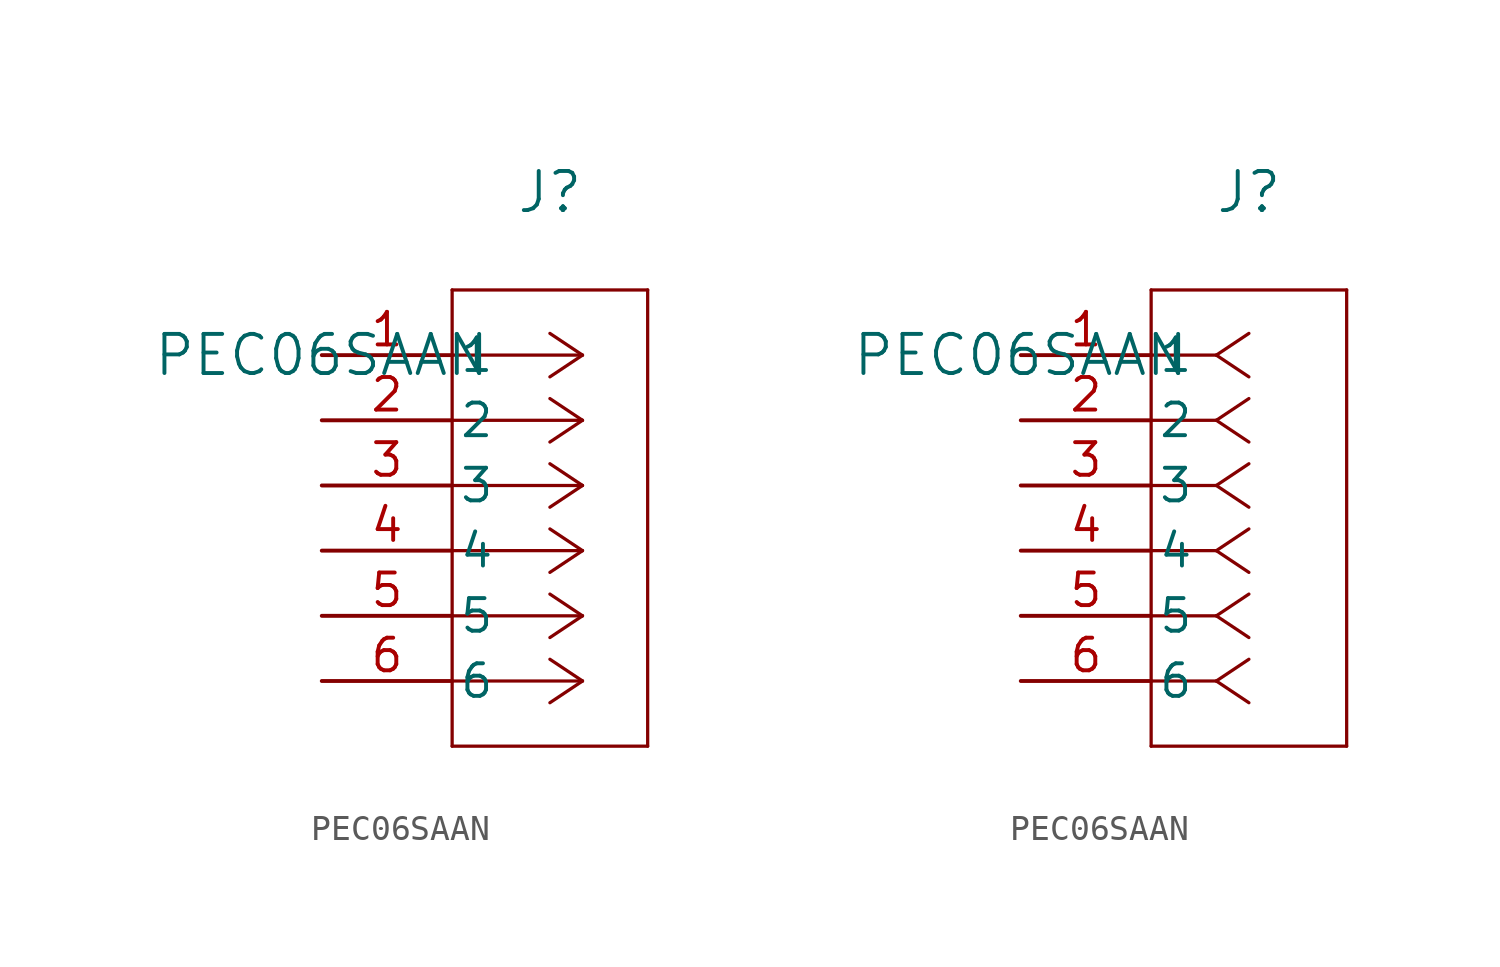
<source format=kicad_sym>
(kicad_symbol_lib
  (version 20211014)
  (generator kicad_symbol_editor)
  (symbol "PEC06SAAN"
    (pin_names
      (offset 0.254))
    (property "Reference" "J"
      (at 8.89 6.35 0)
      (effects (font (size 1.524 1.524))))
    (property "Value" "PEC06SAAN"
      (at 0 0 0)
      (effects (font (size 1.524 1.524))))
    (symbol "PEC06SAAN_1_1"
      (polyline (pts (xy 10.16 0) (xy 5.08 0)) (stroke (width 0.127) (type default) (color 0 0 0 0)) (fill (type none)))
      (polyline (pts (xy 10.16 -2.54) (xy 5.08 -2.54)) (stroke (width 0.127) (type default) (color 0 0 0 0)) (fill (type none)))
      (polyline (pts (xy 10.16 -5.08) (xy 5.08 -5.08)) (stroke (width 0.127) (type default) (color 0 0 0 0)) (fill (type none)))
      (polyline (pts (xy 10.16 -7.62) (xy 5.08 -7.62)) (stroke (width 0.127) (type default) (color 0 0 0 0)) (fill (type none)))
      (polyline (pts (xy 10.16 -10.16) (xy 5.08 -10.16)) (stroke (width 0.127) (type default) (color 0 0 0 0)) (fill (type none)))
      (polyline (pts (xy 10.16 -12.7) (xy 5.08 -12.7)) (stroke (width 0.127) (type default) (color 0 0 0 0)) (fill (type none)))
      (polyline (pts (xy 10.16 0) (xy 8.89 0.847)) (stroke (width 0.127) (type default) (color 0 0 0 0)) (fill (type none)))
      (polyline (pts (xy 10.16 -2.54) (xy 8.89 -1.693)) (stroke (width 0.127) (type default) (color 0 0 0 0)) (fill (type none)))
      (polyline (pts (xy 10.16 -5.08) (xy 8.89 -4.233)) (stroke (width 0.127) (type default) (color 0 0 0 0)) (fill (type none)))
      (polyline (pts (xy 10.16 -7.62) (xy 8.89 -6.773)) (stroke (width 0.127) (type default) (color 0 0 0 0)) (fill (type none)))
      (polyline (pts (xy 10.16 -10.16) (xy 8.89 -9.313)) (stroke (width 0.127) (type default) (color 0 0 0 0)) (fill (type none)))
      (polyline (pts (xy 10.16 -12.7) (xy 8.89 -11.853)) (stroke (width 0.127) (type default) (color 0 0 0 0)) (fill (type none)))
      (polyline (pts (xy 10.16 0) (xy 8.89 -0.847)) (stroke (width 0.127) (type default) (color 0 0 0 0)) (fill (type none)))
      (polyline (pts (xy 10.16 -2.54) (xy 8.89 -3.387)) (stroke (width 0.127) (type default) (color 0 0 0 0)) (fill (type none)))
      (polyline (pts (xy 10.16 -5.08) (xy 8.89 -5.927)) (stroke (width 0.127) (type default) (color 0 0 0 0)) (fill (type none)))
      (polyline (pts (xy 10.16 -7.62) (xy 8.89 -8.467)) (stroke (width 0.127) (type default) (color 0 0 0 0)) (fill (type none)))
      (polyline (pts (xy 10.16 -10.16) (xy 8.89 -11.007)) (stroke (width 0.127) (type default) (color 0 0 0 0)) (fill (type none)))
      (polyline (pts (xy 10.16 -12.7) (xy 8.89 -13.547)) (stroke (width 0.127) (type default) (color 0 0 0 0)) (fill (type none)))
      (polyline (pts (xy 5.08 2.54) (xy 5.08 -15.24)) (stroke (width 0.127) (type default) (color 0 0 0 0)) (fill (type none)))
      (polyline (pts (xy 5.08 -15.24) (xy 12.7 -15.24)) (stroke (width 0.127) (type default) (color 0 0 0 0)) (fill (type none)))
      (polyline (pts (xy 12.7 -15.24) (xy 12.7 2.54)) (stroke (width 0.127) (type default) (color 0 0 0 0)) (fill (type none)))
      (polyline (pts (xy 12.7 2.54) (xy 5.08 2.54)) (stroke (width 0.127) (type default) (color 0 0 0 0)) (fill (type none)))
      (pin unspecified line (at 0 0 0) (length 5.08) (name "1" (effects (font (size 1.27 1.27)))) (number "1" (effects (font (size 1.27 1.27)))))
      (pin unspecified line (at 0 -2.54 0) (length 5.08) (name "2" (effects (font (size 1.27 1.27)))) (number "2" (effects (font (size 1.27 1.27)))))
      (pin unspecified line (at 0 -5.08 0) (length 5.08) (name "3" (effects (font (size 1.27 1.27)))) (number "3" (effects (font (size 1.27 1.27)))))
      (pin unspecified line (at 0 -7.62 0) (length 5.08) (name "4" (effects (font (size 1.27 1.27)))) (number "4" (effects (font (size 1.27 1.27)))))
      (pin unspecified line (at 0 -10.16 0) (length 5.08) (name "5" (effects (font (size 1.27 1.27)))) (number "5" (effects (font (size 1.27 1.27)))))
      (pin unspecified line (at 0 -12.7 0) (length 5.08) (name "6" (effects (font (size 1.27 1.27)))) (number "6" (effects (font (size 1.27 1.27))))))
    (symbol "PEC06SAAN_1_2"
      (polyline (pts (xy 7.62 0) (xy 5.08 0)) (stroke (width 0.127) (type default) (color 0 0 0 0)) (fill (type none)))
      (polyline (pts (xy 7.62 -2.54) (xy 5.08 -2.54)) (stroke (width 0.127) (type default) (color 0 0 0 0)) (fill (type none)))
      (polyline (pts (xy 7.62 -5.08) (xy 5.08 -5.08)) (stroke (width 0.127) (type default) (color 0 0 0 0)) (fill (type none)))
      (polyline (pts (xy 7.62 -7.62) (xy 5.08 -7.62)) (stroke (width 0.127) (type default) (color 0 0 0 0)) (fill (type none)))
      (polyline (pts (xy 7.62 -10.16) (xy 5.08 -10.16)) (stroke (width 0.127) (type default) (color 0 0 0 0)) (fill (type none)))
      (polyline (pts (xy 7.62 -12.7) (xy 5.08 -12.7)) (stroke (width 0.127) (type default) (color 0 0 0 0)) (fill (type none)))
      (polyline (pts (xy 7.62 0) (xy 8.89 0.847)) (stroke (width 0.127) (type default) (color 0 0 0 0)) (fill (type none)))
      (polyline (pts (xy 7.62 -2.54) (xy 8.89 -1.693)) (stroke (width 0.127) (type default) (color 0 0 0 0)) (fill (type none)))
      (polyline (pts (xy 7.62 -5.08) (xy 8.89 -4.233)) (stroke (width 0.127) (type default) (color 0 0 0 0)) (fill (type none)))
      (polyline (pts (xy 7.62 -7.62) (xy 8.89 -6.773)) (stroke (width 0.127) (type default) (color 0 0 0 0)) (fill (type none)))
      (polyline (pts (xy 7.62 -10.16) (xy 8.89 -9.313)) (stroke (width 0.127) (type default) (color 0 0 0 0)) (fill (type none)))
      (polyline (pts (xy 7.62 -12.7) (xy 8.89 -11.853)) (stroke (width 0.127) (type default) (color 0 0 0 0)) (fill (type none)))
      (polyline (pts (xy 7.62 0) (xy 8.89 -0.847)) (stroke (width 0.127) (type default) (color 0 0 0 0)) (fill (type none)))
      (polyline (pts (xy 7.62 -2.54) (xy 8.89 -3.387)) (stroke (width 0.127) (type default) (color 0 0 0 0)) (fill (type none)))
      (polyline (pts (xy 7.62 -5.08) (xy 8.89 -5.927)) (stroke (width 0.127) (type default) (color 0 0 0 0)) (fill (type none)))
      (polyline (pts (xy 7.62 -7.62) (xy 8.89 -8.467)) (stroke (width 0.127) (type default) (color 0 0 0 0)) (fill (type none)))
      (polyline (pts (xy 7.62 -10.16) (xy 8.89 -11.007)) (stroke (width 0.127) (type default) (color 0 0 0 0)) (fill (type none)))
      (polyline (pts (xy 7.62 -12.7) (xy 8.89 -13.547)) (stroke (width 0.127) (type default) (color 0 0 0 0)) (fill (type none)))
      (polyline (pts (xy 5.08 2.54) (xy 5.08 -15.24)) (stroke (width 0.127) (type default) (color 0 0 0 0)) (fill (type none)))
      (polyline (pts (xy 5.08 -15.24) (xy 12.7 -15.24)) (stroke (width 0.127) (type default) (color 0 0 0 0)) (fill (type none)))
      (polyline (pts (xy 12.7 -15.24) (xy 12.7 2.54)) (stroke (width 0.127) (type default) (color 0 0 0 0)) (fill (type none)))
      (polyline (pts (xy 12.7 2.54) (xy 5.08 2.54)) (stroke (width 0.127) (type default) (color 0 0 0 0)) (fill (type none)))
      (pin unspecified line (at 0 0 0) (length 5.08) (name "1" (effects (font (size 1.27 1.27)))) (number "1" (effects (font (size 1.27 1.27)))))
      (pin unspecified line (at 0 -2.54 0) (length 5.08) (name "2" (effects (font (size 1.27 1.27)))) (number "2" (effects (font (size 1.27 1.27)))))
      (pin unspecified line (at 0 -5.08 0) (length 5.08) (name "3" (effects (font (size 1.27 1.27)))) (number "3" (effects (font (size 1.27 1.27)))))
      (pin unspecified line (at 0 -7.62 0) (length 5.08) (name "4" (effects (font (size 1.27 1.27)))) (number "4" (effects (font (size 1.27 1.27)))))
      (pin unspecified line (at 0 -10.16 0) (length 5.08) (name "5" (effects (font (size 1.27 1.27)))) (number "5" (effects (font (size 1.27 1.27)))))
      (pin unspecified line (at 0 -12.7 0) (length 5.08) (name "6" (effects (font (size 1.27 1.27)))) (number "6" (effects (font (size 1.27 1.27))))))))
</source>
